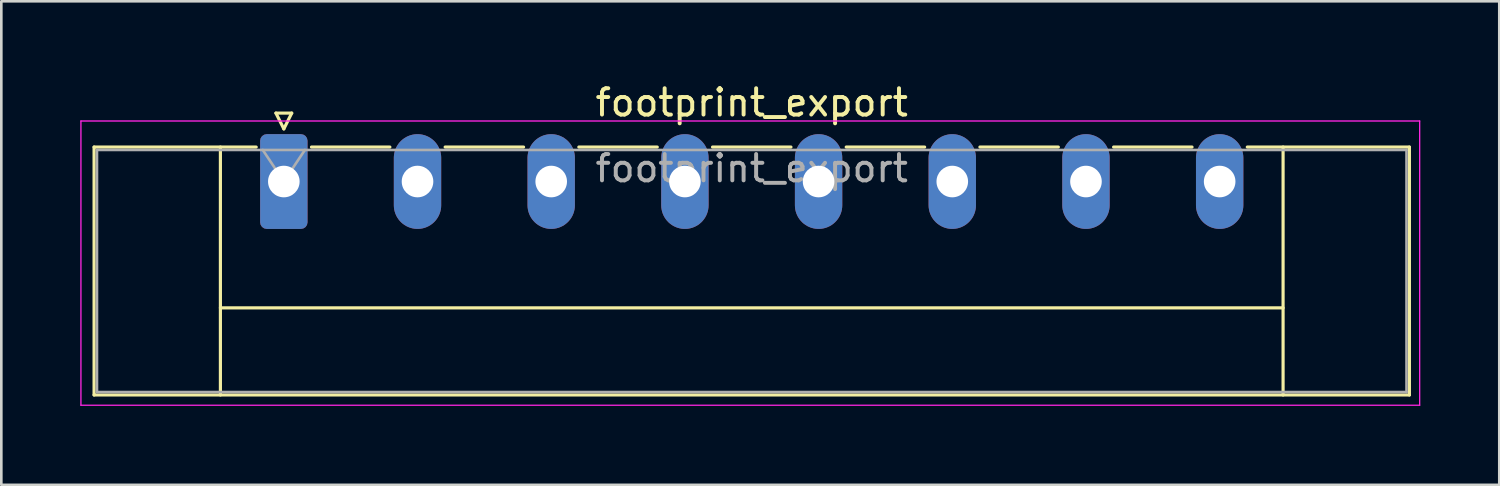
<source format=kicad_pcb>
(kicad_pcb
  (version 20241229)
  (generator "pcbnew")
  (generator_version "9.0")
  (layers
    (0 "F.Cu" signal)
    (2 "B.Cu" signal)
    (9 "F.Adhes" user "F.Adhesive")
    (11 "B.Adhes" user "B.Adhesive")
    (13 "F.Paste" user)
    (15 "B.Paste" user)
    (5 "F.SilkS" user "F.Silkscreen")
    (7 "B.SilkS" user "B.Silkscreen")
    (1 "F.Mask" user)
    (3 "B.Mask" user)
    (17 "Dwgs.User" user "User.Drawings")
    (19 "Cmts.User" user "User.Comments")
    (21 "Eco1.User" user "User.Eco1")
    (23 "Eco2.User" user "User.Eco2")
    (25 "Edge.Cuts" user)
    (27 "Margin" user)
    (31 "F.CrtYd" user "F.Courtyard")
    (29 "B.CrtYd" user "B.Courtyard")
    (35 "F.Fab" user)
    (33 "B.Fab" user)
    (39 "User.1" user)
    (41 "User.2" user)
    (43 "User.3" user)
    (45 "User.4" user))
  (footprint "footprint_export"
    (layer "F.Cu")
    (at 7.735 3.848)
    (property "Reference" "footprint_export" (at 17.78 -3 0) (layer "F.SilkS") (effects (font (size 1 1) (thickness 0.15))))
    (attr through_hole)
    (fp_line (start -7.21 -1.31) (end -7.21 8.11) (stroke (width 0.12) (type solid)) (layer "F.SilkS"))
    (fp_line (start -7.21 -1.31) (end -1.05 -1.31) (stroke (width 0.12) (type solid)) (layer "F.SilkS"))
    (fp_line (start -7.21 8.11) (end 42.77 8.11) (stroke (width 0.12) (type solid)) (layer "F.SilkS"))
    (fp_line (start -2.41 -1.31) (end -2.41 8.11) (stroke (width 0.12) (type solid)) (layer "F.SilkS"))
    (fp_line (start -2.41 4.8) (end 37.97 4.8) (stroke (width 0.12) (type solid)) (layer "F.SilkS"))
    (fp_line (start -0.3 -2.6) (end 0.3 -2.6) (stroke (width 0.12) (type solid)) (layer "F.SilkS"))
    (fp_line (start 0 -2) (end -0.3 -2.6) (stroke (width 0.12) (type solid)) (layer "F.SilkS"))
    (fp_line (start 0.3 -2.6) (end 0 -2) (stroke (width 0.12) (type solid)) (layer "F.SilkS"))
    (fp_line (start 1.05 -1.31) (end 4.03 -1.31) (stroke (width 0.12) (type solid)) (layer "F.SilkS"))
    (fp_line (start 6.13 -1.31) (end 9.11 -1.31) (stroke (width 0.12) (type solid)) (layer "F.SilkS"))
    (fp_line (start 11.21 -1.31) (end 14.19 -1.31) (stroke (width 0.12) (type solid)) (layer "F.SilkS"))
    (fp_line (start 16.29 -1.31) (end 19.27 -1.31) (stroke (width 0.12) (type solid)) (layer "F.SilkS"))
    (fp_line (start 21.37 -1.31) (end 24.35 -1.31) (stroke (width 0.12) (type solid)) (layer "F.SilkS"))
    (fp_line (start 26.45 -1.31) (end 29.43 -1.31) (stroke (width 0.12) (type solid)) (layer "F.SilkS"))
    (fp_line (start 31.53 -1.31) (end 34.51 -1.31) (stroke (width 0.12) (type solid)) (layer "F.SilkS"))
    (fp_line (start 37.97 -1.31) (end 37.97 8.11) (stroke (width 0.12) (type solid)) (layer "F.SilkS"))
    (fp_line (start 42.77 -1.31) (end 36.61 -1.31) (stroke (width 0.12) (type solid)) (layer "F.SilkS"))
    (fp_line (start 42.77 8.11) (end 42.77 -1.31) (stroke (width 0.12) (type solid)) (layer "F.SilkS"))
    (fp_line (start -7.71 -2.3) (end -7.71 8.5) (stroke (width 0.05) (type solid)) (layer "F.CrtYd"))
    (fp_line (start -7.71 8.5) (end 43.16 8.5) (stroke (width 0.05) (type solid)) (layer "F.CrtYd"))
    (fp_line (start 43.16 -2.3) (end -7.71 -2.3) (stroke (width 0.05) (type solid)) (layer "F.CrtYd"))
    (fp_line (start 43.16 8.5) (end 43.16 -2.3) (stroke (width 0.05) (type solid)) (layer "F.CrtYd"))
    (fp_line (start -7.1 -1.2) (end -7.1 8) (stroke (width 0.1) (type solid)) (layer "F.Fab"))
    (fp_line (start -7.1 8) (end 42.66 8) (stroke (width 0.1) (type solid)) (layer "F.Fab"))
    (fp_line (start 0 0) (end -0.8 -1.2) (stroke (width 0.1) (type solid)) (layer "F.Fab"))
    (fp_line (start 0.8 -1.2) (end 0 0) (stroke (width 0.1) (type solid)) (layer "F.Fab"))
    (fp_line (start 42.66 -1.2) (end -7.1 -1.2) (stroke (width 0.1) (type solid)) (layer "F.Fab"))
    (fp_line (start 42.66 8) (end 42.66 -1.2) (stroke (width 0.1) (type solid)) (layer "F.Fab"))
    (fp_text user "${REFERENCE}" (at 17.78 -0.5 0) (layer "F.Fab") (effects (font (size 1 1) (thickness 0.15))))
    (pad "1" thru_hole roundrect (at 0 0) (size 1.8 3.6) (drill 1.2) (layers "*.Cu" "*.Mask") (roundrect_rratio 0.139))
    (pad "2" thru_hole oval (at 5.08 0) (size 1.8 3.6) (drill 1.2) (layers "*.Cu" "*.Mask"))
    (pad "3" thru_hole oval (at 10.16 0) (size 1.8 3.6) (drill 1.2) (layers "*.Cu" "*.Mask"))
    (pad "4" thru_hole oval (at 15.24 0) (size 1.8 3.6) (drill 1.2) (layers "*.Cu" "*.Mask"))
    (pad "5" thru_hole oval (at 20.32 0) (size 1.8 3.6) (drill 1.2) (layers "*.Cu" "*.Mask"))
    (pad "6" thru_hole oval (at 25.4 0) (size 1.8 3.6) (drill 1.2) (layers "*.Cu" "*.Mask"))
    (pad "7" thru_hole oval (at 30.48 0) (size 1.8 3.6) (drill 1.2) (layers "*.Cu" "*.Mask"))
    (pad "8" thru_hole oval (at 35.56 0) (size 1.8 3.6) (drill 1.2) (layers "*.Cu" "*.Mask")))
  (gr_rect
    (start -3 -3)
    (end 53.92 15.373)
    (stroke (width 0.1) (type default))
    (fill no)
    (layer "Edge.Cuts")))
</source>
